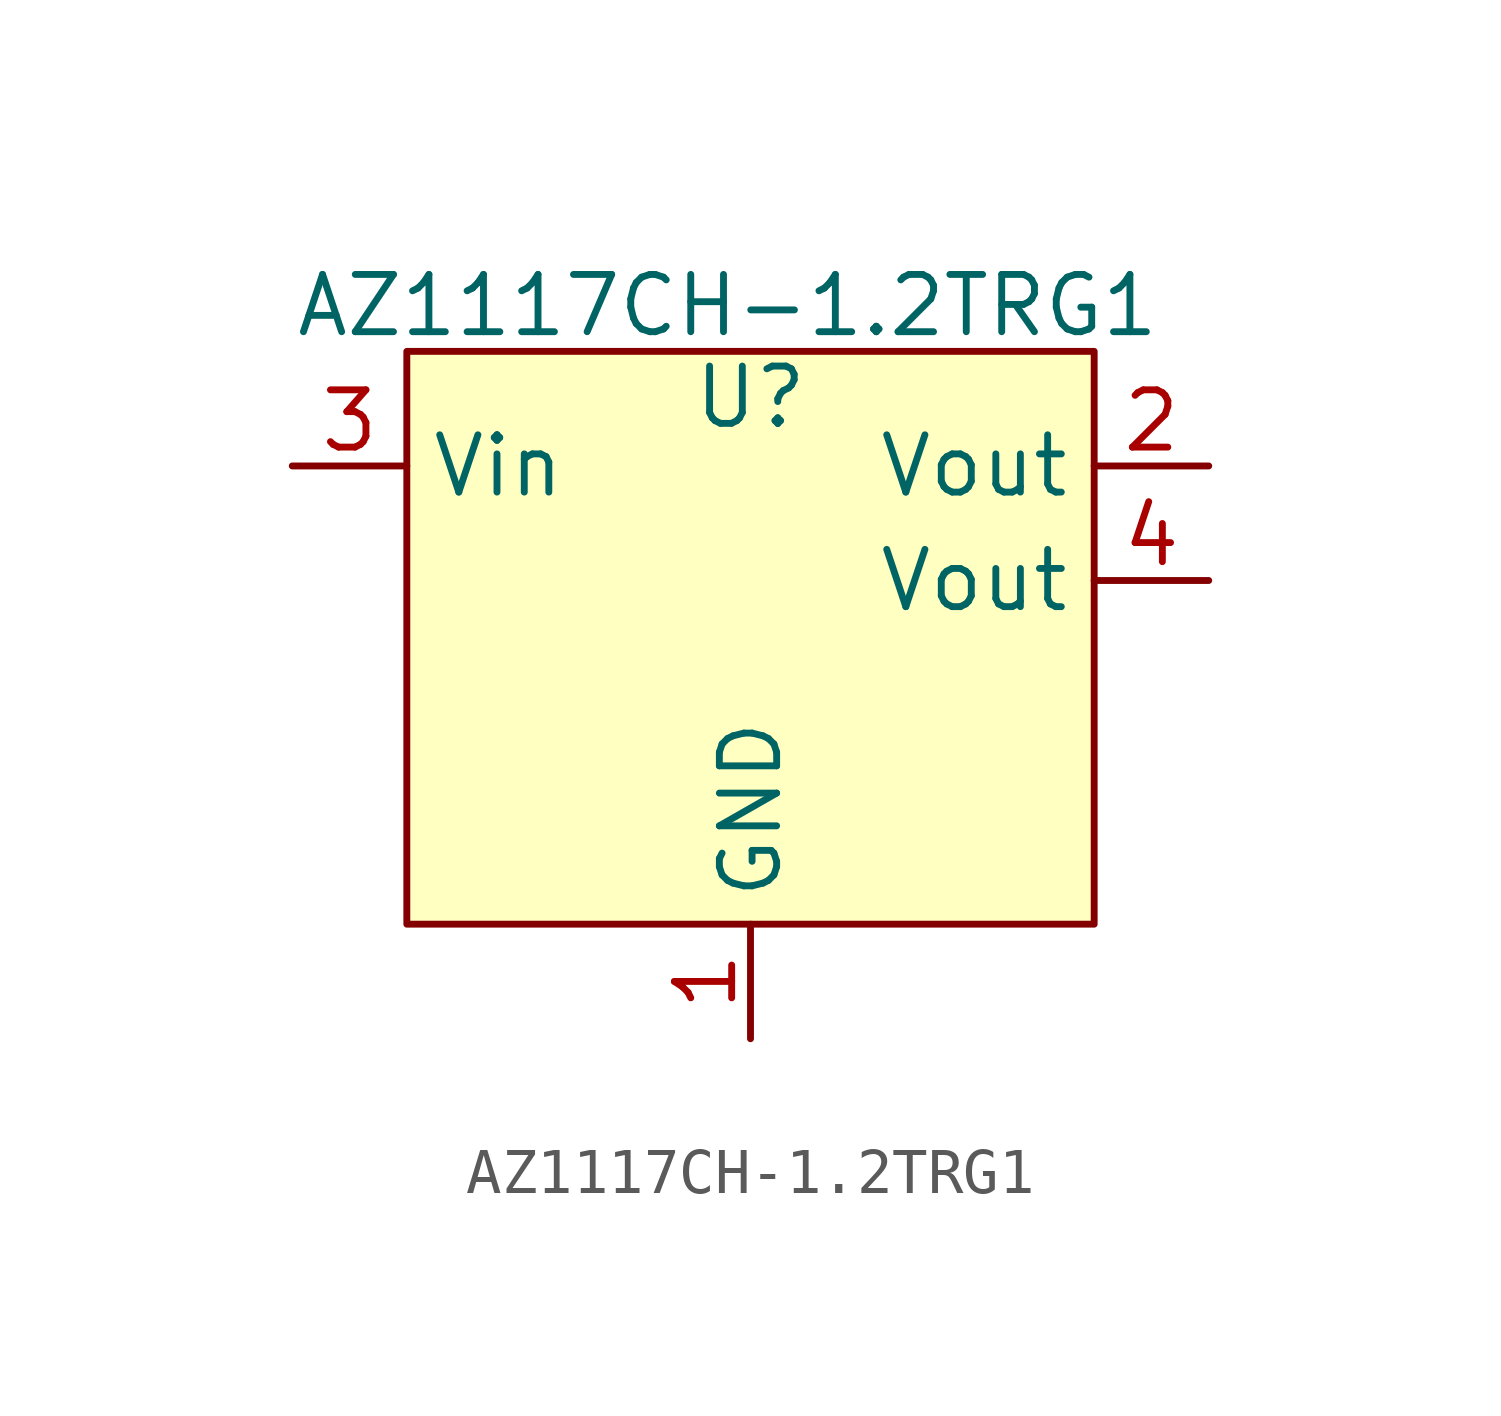
<source format=kicad_sym>
(kicad_symbol_lib
  (version 20241209)
  (generator "kicad_symbol_editor")
  (generator_version "9.0")
  (symbol "AZ1117CH-1.2TRG1"
    (property "Reference" "U"
      (at 0 5.334 0)
      (effects (font (size 1.27 1.27))))
    (property "Value" "AZ1117CH-1.2TRG1"
      (at -0.508 7.366 0)
      (effects (font (size 1.27 1.27))))
    (symbol "AZ1117CH-1.2TRG1_0_1"
      (rectangle (start -7.62 6.35) (end 7.62 -6.35) (stroke (width 0) (type default)) (fill (type background)))
      (pin power_in line (at -10.16 3.81 0) (length 2.54) (name "Vin" (effects (font (size 1.27 1.27)))) (number "3" (effects (font (size 1.27 1.27)))))
      (pin unspecified line (at 10.16 3.81 180) (length 2.54) (name "Vout" (effects (font (size 1.27 1.27)))) (number "2" (effects (font (size 1.27 1.27)))))
      (pin unspecified line (at 10.16 1.27 180) (length 2.54) (name "Vout" (effects (font (size 1.27 1.27)))) (number "4" (effects (font (size 1.27 1.27))))))
    (symbol "AZ1117CH-1.2TRG1_1_1"
      (pin unspecified line (at 0 -8.89 90) (length 2.54) (name "GND" (effects (font (size 1.27 1.27)))) (number "1" (effects (font (size 1.27 1.27))))))))
</source>
